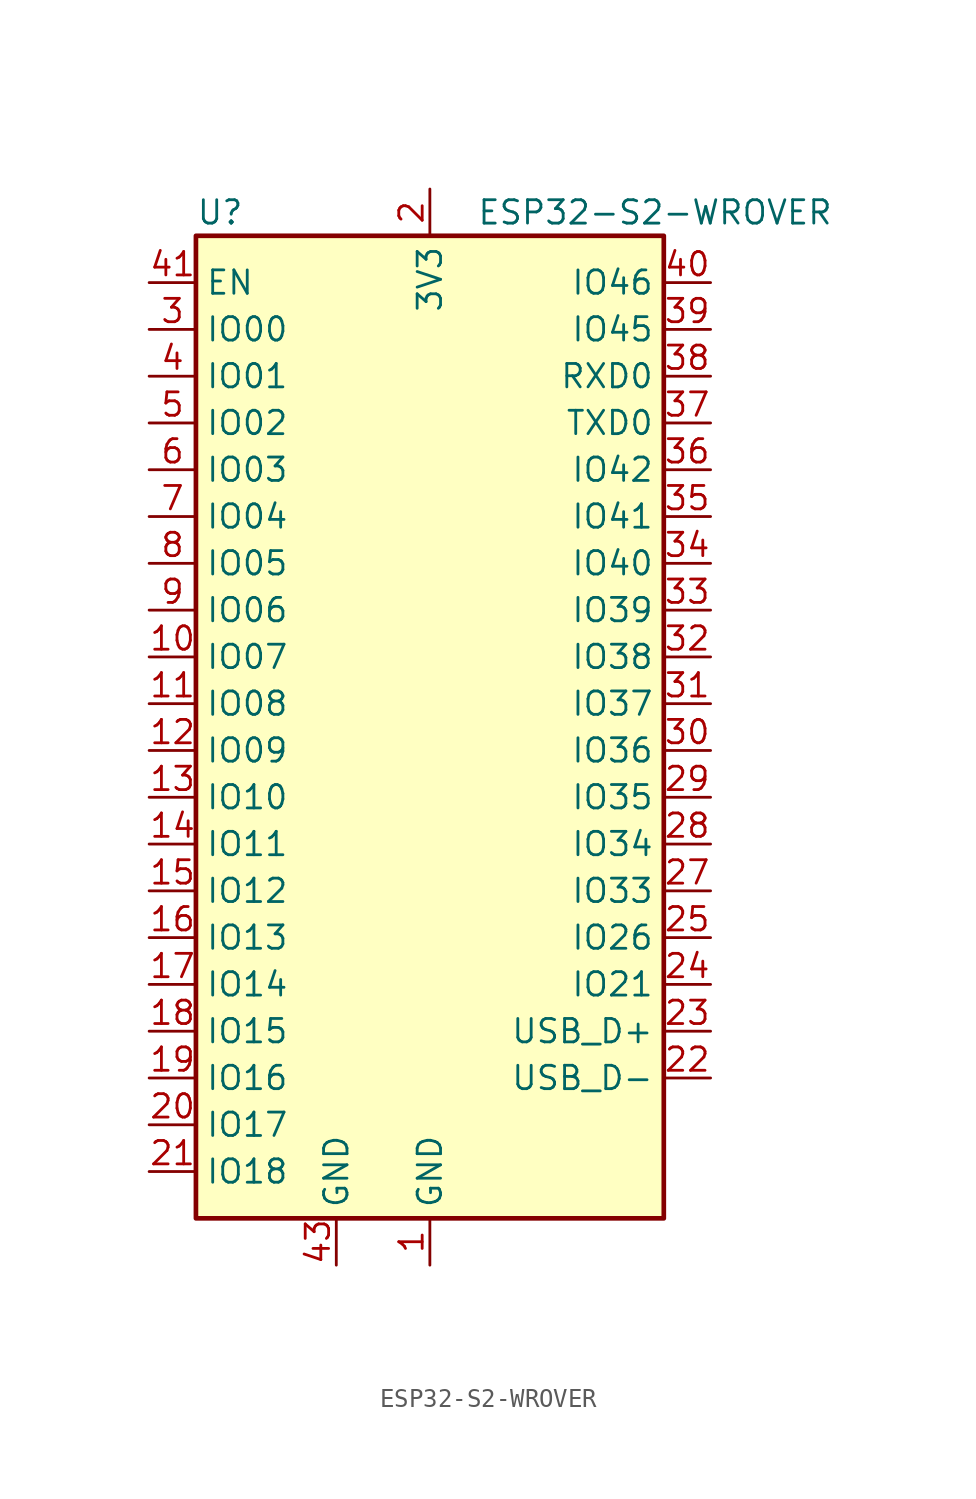
<source format=kicad_sym>
(kicad_symbol_lib
  (version 20211014)
  (generator kicad_symbol_editor)
  (symbol "ESP32-S2-WROVER"
    (property "Reference" "U"
      (at -12.7 29.21 0)
      (effects (font (size 1.27 1.27)) (justify left)))
    (property "Value" "ESP32-S2-WROVER"
      (at 2.54 29.21 0)
      (effects (font (size 1.27 1.27)) (justify left)))
    (symbol "ESP32-S2-WROVER_0_1"
      (rectangle (start -12.7 27.94) (end 12.7 -25.4) (stroke (width 0.254) (type default) (color 0 0 0 0)) (fill (type background))))
    (symbol "ESP32-S2-WROVER_1_1"
      (pin power_in line (at 0 -27.94 90) (length 2.54) (name "GND" (effects (font (size 1.27 1.27)))) (number "1" (effects (font (size 1.27 1.27)))))
      (pin bidirectional line (at -15.24 5.08 0) (length 2.54) (name "IO07" (effects (font (size 1.27 1.27)))) (number "10" (effects (font (size 1.27 1.27)))))
      (pin bidirectional line (at -15.24 2.54 0) (length 2.54) (name "IO08" (effects (font (size 1.27 1.27)))) (number "11" (effects (font (size 1.27 1.27)))))
      (pin bidirectional line (at -15.24 0 0) (length 2.54) (name "IO09" (effects (font (size 1.27 1.27)))) (number "12" (effects (font (size 1.27 1.27)))))
      (pin bidirectional line (at -15.24 -2.54 0) (length 2.54) (name "IO10" (effects (font (size 1.27 1.27)))) (number "13" (effects (font (size 1.27 1.27)))))
      (pin bidirectional line (at -15.24 -5.08 0) (length 2.54) (name "IO11" (effects (font (size 1.27 1.27)))) (number "14" (effects (font (size 1.27 1.27)))))
      (pin bidirectional line (at -15.24 -7.62 0) (length 2.54) (name "IO12" (effects (font (size 1.27 1.27)))) (number "15" (effects (font (size 1.27 1.27)))))
      (pin bidirectional line (at -15.24 -10.16 0) (length 2.54) (name "IO13" (effects (font (size 1.27 1.27)))) (number "16" (effects (font (size 1.27 1.27)))))
      (pin bidirectional line (at -15.24 -12.7 0) (length 2.54) (name "IO14" (effects (font (size 1.27 1.27)))) (number "17" (effects (font (size 1.27 1.27)))))
      (pin bidirectional line (at -15.24 -15.24 0) (length 2.54) (name "IO15" (effects (font (size 1.27 1.27)))) (number "18" (effects (font (size 1.27 1.27)))))
      (pin bidirectional line (at -15.24 -17.78 0) (length 2.54) (name "IO16" (effects (font (size 1.27 1.27)))) (number "19" (effects (font (size 1.27 1.27)))))
      (pin power_in line (at 0 30.48 270) (length 2.54) (name "3V3" (effects (font (size 1.27 1.27)))) (number "2" (effects (font (size 1.27 1.27)))))
      (pin bidirectional line (at -15.24 -20.32 0) (length 2.54) (name "IO17" (effects (font (size 1.27 1.27)))) (number "20" (effects (font (size 1.27 1.27)))))
      (pin bidirectional line (at -15.24 -22.86 0) (length 2.54) (name "IO18" (effects (font (size 1.27 1.27)))) (number "21" (effects (font (size 1.27 1.27)))))
      (pin bidirectional line (at 15.24 -17.78 180) (length 2.54) (name "USB_D-" (effects (font (size 1.27 1.27)))) (number "22" (effects (font (size 1.27 1.27)))))
      (pin bidirectional line (at 15.24 -15.24 180) (length 2.54) (name "USB_D+" (effects (font (size 1.27 1.27)))) (number "23" (effects (font (size 1.27 1.27)))))
      (pin bidirectional line (at 15.24 -12.7 180) (length 2.54) (name "IO21" (effects (font (size 1.27 1.27)))) (number "24" (effects (font (size 1.27 1.27)))))
      (pin bidirectional line (at 15.24 -10.16 180) (length 2.54) (name "IO26" (effects (font (size 1.27 1.27)))) (number "25" (effects (font (size 1.27 1.27)))))
      (pin passive line (at 0 -27.94 90) (length 2.54) hide (name "GND" (effects (font (size 1.27 1.27)))) (number "26" (effects (font (size 1.27 1.27)))))
      (pin bidirectional line (at 15.24 -7.62 180) (length 2.54) (name "IO33" (effects (font (size 1.27 1.27)))) (number "27" (effects (font (size 1.27 1.27)))))
      (pin bidirectional line (at 15.24 -5.08 180) (length 2.54) (name "IO34" (effects (font (size 1.27 1.27)))) (number "28" (effects (font (size 1.27 1.27)))))
      (pin bidirectional line (at 15.24 -2.54 180) (length 2.54) (name "IO35" (effects (font (size 1.27 1.27)))) (number "29" (effects (font (size 1.27 1.27)))))
      (pin bidirectional line (at -15.24 22.86 0) (length 2.54) (name "IO00" (effects (font (size 1.27 1.27)))) (number "3" (effects (font (size 1.27 1.27)))))
      (pin bidirectional line (at 15.24 0 180) (length 2.54) (name "IO36" (effects (font (size 1.27 1.27)))) (number "30" (effects (font (size 1.27 1.27)))))
      (pin bidirectional line (at 15.24 2.54 180) (length 2.54) (name "IO37" (effects (font (size 1.27 1.27)))) (number "31" (effects (font (size 1.27 1.27)))))
      (pin bidirectional line (at 15.24 5.08 180) (length 2.54) (name "IO38" (effects (font (size 1.27 1.27)))) (number "32" (effects (font (size 1.27 1.27)))))
      (pin bidirectional line (at 15.24 7.62 180) (length 2.54) (name "IO39" (effects (font (size 1.27 1.27)))) (number "33" (effects (font (size 1.27 1.27)))))
      (pin bidirectional line (at 15.24 10.16 180) (length 2.54) (name "IO40" (effects (font (size 1.27 1.27)))) (number "34" (effects (font (size 1.27 1.27)))))
      (pin bidirectional line (at 15.24 12.7 180) (length 2.54) (name "IO41" (effects (font (size 1.27 1.27)))) (number "35" (effects (font (size 1.27 1.27)))))
      (pin bidirectional line (at 15.24 15.24 180) (length 2.54) (name "IO42" (effects (font (size 1.27 1.27)))) (number "36" (effects (font (size 1.27 1.27)))))
      (pin bidirectional line (at 15.24 17.78 180) (length 2.54) (name "TXD0" (effects (font (size 1.27 1.27)))) (number "37" (effects (font (size 1.27 1.27)))))
      (pin bidirectional line (at 15.24 20.32 180) (length 2.54) (name "RXD0" (effects (font (size 1.27 1.27)))) (number "38" (effects (font (size 1.27 1.27)))))
      (pin bidirectional line (at 15.24 22.86 180) (length 2.54) (name "IO45" (effects (font (size 1.27 1.27)))) (number "39" (effects (font (size 1.27 1.27)))))
      (pin bidirectional line (at -15.24 20.32 0) (length 2.54) (name "IO01" (effects (font (size 1.27 1.27)))) (number "4" (effects (font (size 1.27 1.27)))))
      (pin input line (at 15.24 25.4 180) (length 2.54) (name "IO46" (effects (font (size 1.27 1.27)))) (number "40" (effects (font (size 1.27 1.27)))))
      (pin input line (at -15.24 25.4 0) (length 2.54) (name "EN" (effects (font (size 1.27 1.27)))) (number "41" (effects (font (size 1.27 1.27)))))
      (pin passive line (at 0 -27.94 90) (length 2.54) hide (name "GND" (effects (font (size 1.27 1.27)))) (number "42" (effects (font (size 1.27 1.27)))))
      (pin passive line (at -5.08 -27.94 90) (length 2.54) (name "GND" (effects (font (size 1.27 1.27)))) (number "43" (effects (font (size 1.27 1.27)))))
      (pin passive line (at -5.08 -27.94 90) (length 2.54) hide (name "GND" (effects (font (size 1.27 1.27)))) (number "44" (effects (font (size 1.27 1.27)))))
      (pin passive line (at -5.08 -27.94 90) (length 2.54) hide (name "GND" (effects (font (size 1.27 1.27)))) (number "45" (effects (font (size 1.27 1.27)))))
      (pin passive line (at -5.08 -27.94 90) (length 2.54) hide (name "GND" (effects (font (size 1.27 1.27)))) (number "46" (effects (font (size 1.27 1.27)))))
      (pin passive line (at -5.08 -27.94 90) (length 2.54) hide (name "GND" (effects (font (size 1.27 1.27)))) (number "47" (effects (font (size 1.27 1.27)))))
      (pin passive line (at -5.08 -27.94 90) (length 2.54) hide (name "GND" (effects (font (size 1.27 1.27)))) (number "48" (effects (font (size 1.27 1.27)))))
      (pin passive line (at -5.08 -27.94 90) (length 2.54) hide (name "GND" (effects (font (size 1.27 1.27)))) (number "49" (effects (font (size 1.27 1.27)))))
      (pin bidirectional line (at -15.24 17.78 0) (length 2.54) (name "IO02" (effects (font (size 1.27 1.27)))) (number "5" (effects (font (size 1.27 1.27)))))
      (pin passive line (at -5.08 -27.94 90) (length 2.54) hide (name "GND" (effects (font (size 1.27 1.27)))) (number "50" (effects (font (size 1.27 1.27)))))
      (pin passive line (at -5.08 -27.94 90) (length 2.54) hide (name "GND" (effects (font (size 1.27 1.27)))) (number "51" (effects (font (size 1.27 1.27)))))
      (pin bidirectional line (at -15.24 15.24 0) (length 2.54) (name "IO03" (effects (font (size 1.27 1.27)))) (number "6" (effects (font (size 1.27 1.27)))))
      (pin bidirectional line (at -15.24 12.7 0) (length 2.54) (name "IO04" (effects (font (size 1.27 1.27)))) (number "7" (effects (font (size 1.27 1.27)))))
      (pin bidirectional line (at -15.24 10.16 0) (length 2.54) (name "IO05" (effects (font (size 1.27 1.27)))) (number "8" (effects (font (size 1.27 1.27)))))
      (pin bidirectional line (at -15.24 7.62 0) (length 2.54) (name "IO06" (effects (font (size 1.27 1.27)))) (number "9" (effects (font (size 1.27 1.27))))))))
</source>
